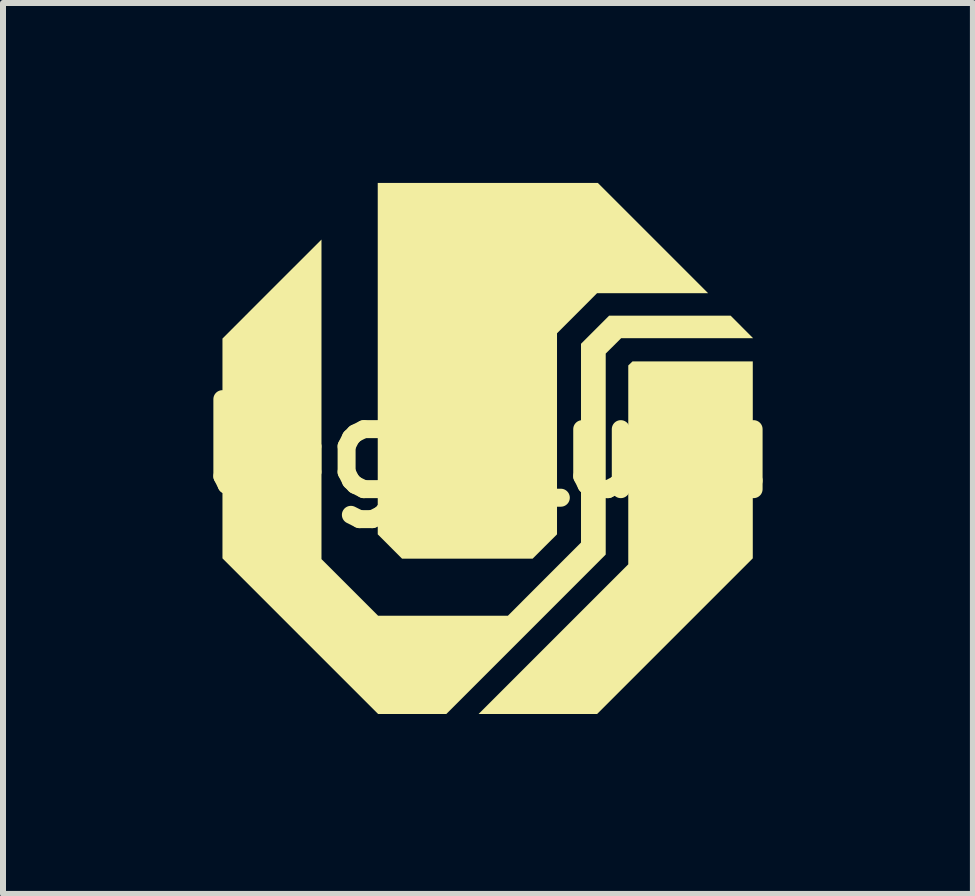
<source format=kicad_pcb>
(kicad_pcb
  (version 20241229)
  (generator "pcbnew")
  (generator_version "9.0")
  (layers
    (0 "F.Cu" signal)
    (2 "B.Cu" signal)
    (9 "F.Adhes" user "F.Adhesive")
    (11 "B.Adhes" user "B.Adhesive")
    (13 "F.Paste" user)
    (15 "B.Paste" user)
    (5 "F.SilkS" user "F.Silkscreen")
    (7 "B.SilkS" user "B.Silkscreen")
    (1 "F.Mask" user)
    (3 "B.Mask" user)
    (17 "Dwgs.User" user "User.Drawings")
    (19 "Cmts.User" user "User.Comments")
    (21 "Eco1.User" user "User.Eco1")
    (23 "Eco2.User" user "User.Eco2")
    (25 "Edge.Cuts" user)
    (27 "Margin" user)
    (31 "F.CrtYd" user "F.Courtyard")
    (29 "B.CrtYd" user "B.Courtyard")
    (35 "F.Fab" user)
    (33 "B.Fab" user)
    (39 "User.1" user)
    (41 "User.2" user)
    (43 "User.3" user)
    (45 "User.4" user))
  (footprint "logo_ufu"
    (layer "F.Cu")
    (at 5.086 4.427)
    (property "Reference" "logo_ufu" (at 0 0 0) (layer "F.SilkS") (effects (font (size 1.5 1.5) (thickness 0.3))))
    (attr board_only exclude_from_pos_files exclude_from_bom)
    (fp_poly (pts (xy 4.415 0.191) (xy 4.415 1.832) (xy 3.117 3.13) (xy 1.82 4.427) (xy 0.832 4.427) (xy -0.156 4.427) (xy 1.091 3.18) (xy 2.339 1.932) (xy 2.339 0.274) (xy 2.339 -1.384) (xy 2.374 -1.417) (xy 2.409 -1.451) (xy 3.412 -1.451) (xy 4.415 -1.451)) (stroke (width 0) (type solid)) (fill yes) (layer "F.SilkS"))
    (fp_poly (pts (xy 2.751 -3.508) (xy 3.67 -2.589) (xy 2.745 -2.589) (xy 1.819 -2.589) (xy 1.485 -2.254) (xy 1.151 -1.92) (xy 1.151 -0.244) (xy 1.151 1.432) (xy 0.947 1.635) (xy 0.744 1.838) (xy -0.344 1.838) (xy -1.432 1.838) (xy -1.635 1.635) (xy -1.838 1.432) (xy -1.838 -1.498) (xy -1.838 -4.427) (xy -0.003 -4.427) (xy 1.832 -4.427)) (stroke (width 0) (type solid)) (fill yes) (layer "F.SilkS"))
    (fp_poly (pts (xy -2.776 -0.819) (xy -2.776 1.845) (xy -2.304 2.317) (xy -1.832 2.789) (xy -0.75 2.789) (xy 0.332 2.789) (xy 0.941 2.179) (xy 1.551 1.569) (xy 1.551 -0.088) (xy 1.551 -1.745) (xy 1.785 -1.979) (xy 2.02 -2.214) (xy 3.033 -2.214) (xy 4.046 -2.214) (xy 4.233 -2.026) (xy 4.421 -1.838) (xy 3.32 -1.838) (xy 2.22 -1.838) (xy 2.092 -1.71) (xy 1.963 -1.582) (xy 1.963 0.093) (xy 1.963 1.769) (xy 0.635 3.098) (xy -0.694 4.427) (xy -1.263 4.427) (xy -1.832 4.427) (xy -3.13 3.13) (xy -4.427 1.832) (xy -4.427 -0.000058) (xy -4.427 -1.832) (xy -3.602 -2.658) (xy -2.776 -3.483)) (stroke (width 0) (type solid)) (fill yes) (layer "F.SilkS")))
  (gr_rect
    (start -3 -3)
    (end 13.171 11.854)
    (stroke (width 0.1) (type default))
    (fill no)
    (layer "Edge.Cuts")))
</source>
